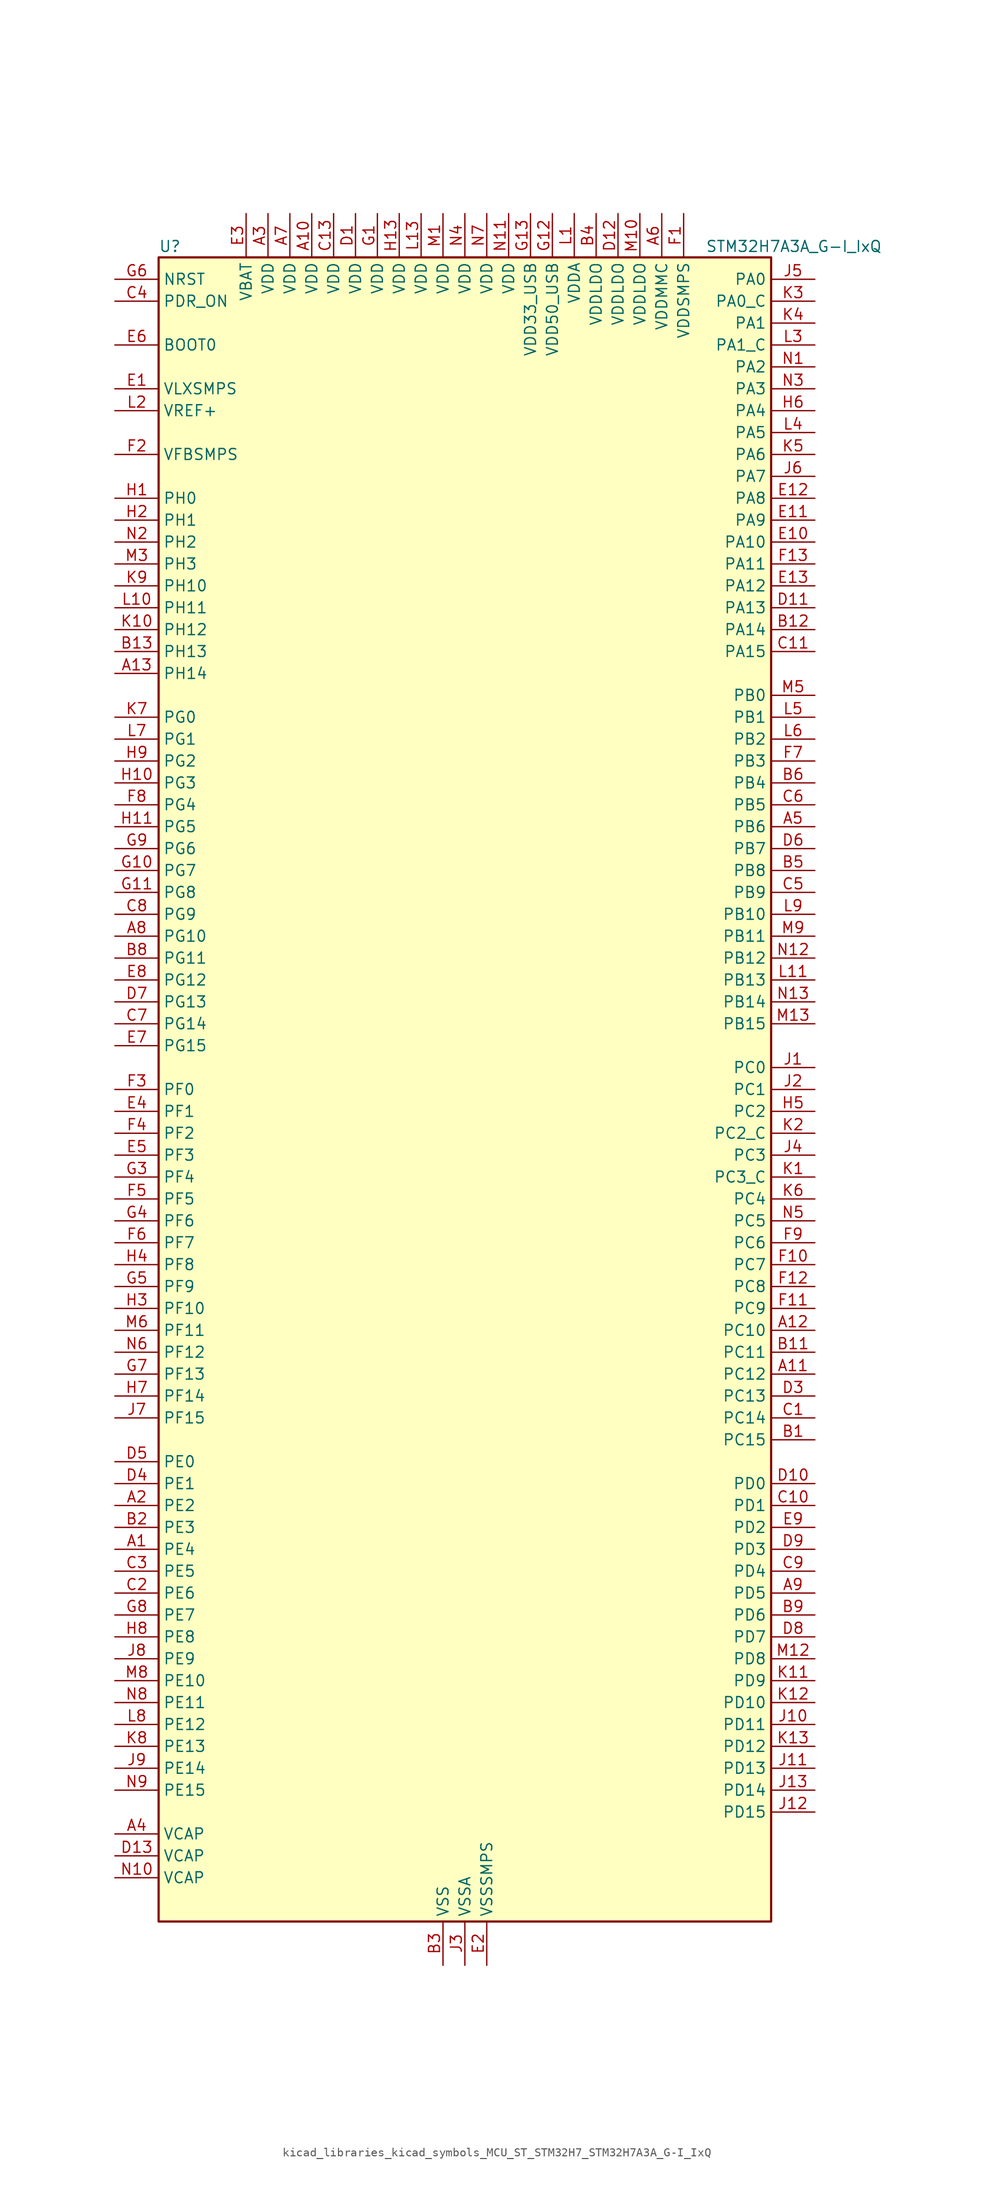
<source format=kicad_sym>
(kicad_symbol_lib
  (version 20220914)
  (generator kicad_symbol_editor)
  (symbol "kicad_libraries_kicad_symbols_MCU_ST_STM32H7_STM32H7A3A_G-I_IxQ"
    (property "Reference" "U"
      (at -35.56 97.79 0)
      (effects (font (size 1.27 1.27)) (justify left)))
    (property "Value" "STM32H7A3A_G-I_IxQ"
      (at 27.94 97.79 0)
      (effects (font (size 1.27 1.27)) (justify left)))
    (property "ki_locked" ""
      (at 0 0 0)
      (effects (font (size 1.27 1.27))))
    (symbol "kicad_libraries_kicad_symbols_MCU_ST_STM32H7_STM32H7A3A_G-I_IxQ_0_1"
      (rectangle (start -35.56 -96.52) (end 35.56 96.52) (stroke (width 0.254) (type default)) (fill (type background))))
    (symbol "kicad_libraries_kicad_symbols_MCU_ST_STM32H7_STM32H7A3A_G-I_IxQ_1_1"
      (pin bidirectional line (at -40.64 -53.34 0) (length 5.08) (name "PE4" (effects (font (size 1.27 1.27)))) (number "A1" (effects (font (size 1.27 1.27)))) (alternate "DCMI_D4" bidirectional line) (alternate "DEBUG_TRACED1" bidirectional line) (alternate "DFSDM1_DATIN3" bidirectional line) (alternate "FMC_A20" bidirectional line) (alternate "LTDC_B0" bidirectional line) (alternate "PSSI_D4" bidirectional line) (alternate "SAI1_D2" bidirectional line) (alternate "SAI1_FS_A" bidirectional line) (alternate "SPI4_NSS" bidirectional line) (alternate "TIM15_CH1N" bidirectional line))
      (pin power_in line (at -17.78 101.6 270) (length 5.08) (name "VDD" (effects (font (size 1.27 1.27)))) (number "A10" (effects (font (size 1.27 1.27)))))
      (pin bidirectional line (at 40.64 -33.02 180) (length 5.08) (name "PC12" (effects (font (size 1.27 1.27)))) (number "A11" (effects (font (size 1.27 1.27)))) (alternate "DCMI_D9" bidirectional line) (alternate "DEBUG_TRACED3" bidirectional line) (alternate "DFSDM2_CKOUT" bidirectional line) (alternate "I2S3_SDO" bidirectional line) (alternate "I2S6_CK" bidirectional line) (alternate "LTDC_R6" bidirectional line) (alternate "PSSI_D9" bidirectional line) (alternate "SDMMC1_CK" bidirectional line) (alternate "SPI3_MOSI" bidirectional line) (alternate "SPI6_SCK" bidirectional line) (alternate "TIM15_CH1" bidirectional line) (alternate "UART5_TX" bidirectional line) (alternate "USART3_CK" bidirectional line))
      (pin bidirectional line (at 40.64 -27.94 180) (length 5.08) (name "PC10" (effects (font (size 1.27 1.27)))) (number "A12" (effects (font (size 1.27 1.27)))) (alternate "DCMI_D8" bidirectional line) (alternate "DFSDM1_CKIN5" bidirectional line) (alternate "DFSDM2_CKIN0" bidirectional line) (alternate "I2S3_CK" bidirectional line) (alternate "LTDC_B1" bidirectional line) (alternate "LTDC_R2" bidirectional line) (alternate "OCTOSPIM_P1_IO1" bidirectional line) (alternate "PSSI_D8" bidirectional line) (alternate "SDMMC1_D2" bidirectional line) (alternate "SPI3_SCK" bidirectional line) (alternate "SWPMI1_RX" bidirectional line) (alternate "UART4_TX" bidirectional line) (alternate "USART3_TX" bidirectional line))
      (pin bidirectional line (at -40.64 48.26 0) (length 5.08) (name "PH14" (effects (font (size 1.27 1.27)))) (number "A13" (effects (font (size 1.27 1.27)))) (alternate "DCMI_D4" bidirectional line) (alternate "FDCAN1_RX" bidirectional line) (alternate "FMC_D22" bidirectional line) (alternate "LTDC_G3" bidirectional line) (alternate "PSSI_D4" bidirectional line) (alternate "TIM8_CH2N" bidirectional line) (alternate "UART4_RX" bidirectional line))
      (pin bidirectional line (at -40.64 -48.26 0) (length 5.08) (name "PE2" (effects (font (size 1.27 1.27)))) (number "A2" (effects (font (size 1.27 1.27)))) (alternate "DEBUG_TRACECLK" bidirectional line) (alternate "FMC_A23" bidirectional line) (alternate "OCTOSPIM_P1_IO2" bidirectional line) (alternate "SAI1_CK1" bidirectional line) (alternate "SAI1_MCLK_A" bidirectional line) (alternate "SPI4_SCK" bidirectional line) (alternate "USART10_RX" bidirectional line))
      (pin power_in line (at -22.86 101.6 270) (length 5.08) (name "VDD" (effects (font (size 1.27 1.27)))) (number "A3" (effects (font (size 1.27 1.27)))))
      (pin power_out line (at -40.64 -86.36 0) (length 5.08) (name "VCAP" (effects (font (size 1.27 1.27)))) (number "A4" (effects (font (size 1.27 1.27)))))
      (pin bidirectional line (at 40.64 30.48 180) (length 5.08) (name "PB6" (effects (font (size 1.27 1.27)))) (number "A5" (effects (font (size 1.27 1.27)))) (alternate "CEC" bidirectional line) (alternate "DCMI_D5" bidirectional line) (alternate "DFSDM1_DATIN5" bidirectional line) (alternate "FDCAN2_TX" bidirectional line) (alternate "FMC_SDNE1" bidirectional line) (alternate "I2C1_SCL" bidirectional line) (alternate "I2C4_SCL" bidirectional line) (alternate "LPUART1_TX" bidirectional line) (alternate "OCTOSPIM_P1_NCS" bidirectional line) (alternate "PSSI_D5" bidirectional line) (alternate "TIM16_CH1N" bidirectional line) (alternate "TIM4_CH1" bidirectional line) (alternate "UART5_TX" bidirectional line) (alternate "USART1_TX" bidirectional line))
      (pin power_in line (at 22.86 101.6 270) (length 5.08) (name "VDDMMC" (effects (font (size 1.27 1.27)))) (number "A6" (effects (font (size 1.27 1.27)))))
      (pin power_in line (at -20.32 101.6 270) (length 5.08) (name "VDD" (effects (font (size 1.27 1.27)))) (number "A7" (effects (font (size 1.27 1.27)))))
      (pin bidirectional line (at -40.64 17.78 0) (length 5.08) (name "PG10" (effects (font (size 1.27 1.27)))) (number "A8" (effects (font (size 1.27 1.27)))) (alternate "DCMI_D2" bidirectional line) (alternate "FMC_NE3" bidirectional line) (alternate "I2S1_WS" bidirectional line) (alternate "LTDC_B2" bidirectional line) (alternate "LTDC_G3" bidirectional line) (alternate "OCTOSPIM_P2_IO6" bidirectional line) (alternate "PSSI_D2" bidirectional line) (alternate "SAI2_SD_B" bidirectional line) (alternate "SDMMC2_D1" bidirectional line) (alternate "SPI1_NSS" bidirectional line))
      (pin bidirectional line (at 40.64 -58.42 180) (length 5.08) (name "PD5" (effects (font (size 1.27 1.27)))) (number "A9" (effects (font (size 1.27 1.27)))) (alternate "FMC_NWE" bidirectional line) (alternate "OCTOSPIM_P1_IO5" bidirectional line) (alternate "USART2_TX" bidirectional line))
      (pin bidirectional line (at 40.64 -40.64 180) (length 5.08) (name "PC15" (effects (font (size 1.27 1.27)))) (number "B1" (effects (font (size 1.27 1.27)))) (alternate "ADC1_EXTI15" bidirectional line) (alternate "ADC2_EXTI15" bidirectional line) (alternate "RCC_OSC32_OUT" bidirectional line))
      (pin passive line (at -2.54 -101.6 90) (length 5.08) hide (name "VSS" (effects (font (size 1.27 1.27)))) (number "B10" (effects (font (size 1.27 1.27)))))
      (pin bidirectional line (at 40.64 -30.48 180) (length 5.08) (name "PC11" (effects (font (size 1.27 1.27)))) (number "B11" (effects (font (size 1.27 1.27)))) (alternate "ADC1_EXTI11" bidirectional line) (alternate "ADC2_EXTI11" bidirectional line) (alternate "DCMI_D4" bidirectional line) (alternate "DFSDM1_DATIN5" bidirectional line) (alternate "DFSDM2_DATIN0" bidirectional line) (alternate "I2S3_SDI" bidirectional line) (alternate "LTDC_B4" bidirectional line) (alternate "OCTOSPIM_P1_NCS" bidirectional line) (alternate "PSSI_D4" bidirectional line) (alternate "SDMMC1_D3" bidirectional line) (alternate "SPI3_MISO" bidirectional line) (alternate "UART4_RX" bidirectional line) (alternate "USART3_RX" bidirectional line))
      (pin bidirectional line (at 40.64 53.34 180) (length 5.08) (name "PA14" (effects (font (size 1.27 1.27)))) (number "B12" (effects (font (size 1.27 1.27)))) (alternate "DEBUG_JTCK-SWCLK" bidirectional line))
      (pin bidirectional line (at -40.64 50.8 0) (length 5.08) (name "PH13" (effects (font (size 1.27 1.27)))) (number "B13" (effects (font (size 1.27 1.27)))) (alternate "FDCAN1_TX" bidirectional line) (alternate "FMC_D21" bidirectional line) (alternate "LTDC_G2" bidirectional line) (alternate "TIM8_CH1N" bidirectional line) (alternate "UART4_TX" bidirectional line))
      (pin bidirectional line (at -40.64 -50.8 0) (length 5.08) (name "PE3" (effects (font (size 1.27 1.27)))) (number "B2" (effects (font (size 1.27 1.27)))) (alternate "DEBUG_TRACED0" bidirectional line) (alternate "FMC_A19" bidirectional line) (alternate "SAI1_SD_B" bidirectional line) (alternate "TIM15_BKIN" bidirectional line) (alternate "USART10_TX" bidirectional line))
      (pin power_in line (at -2.54 -101.6 90) (length 5.08) (name "VSS" (effects (font (size 1.27 1.27)))) (number "B3" (effects (font (size 1.27 1.27)))))
      (pin power_in line (at 15.24 101.6 270) (length 5.08) (name "VDDLDO" (effects (font (size 1.27 1.27)))) (number "B4" (effects (font (size 1.27 1.27)))))
      (pin bidirectional line (at 40.64 25.4 180) (length 5.08) (name "PB8" (effects (font (size 1.27 1.27)))) (number "B5" (effects (font (size 1.27 1.27)))) (alternate "DCMI_D6" bidirectional line) (alternate "DFSDM1_CKIN7" bidirectional line) (alternate "FDCAN1_RX" bidirectional line) (alternate "I2C1_SCL" bidirectional line) (alternate "I2C4_SCL" bidirectional line) (alternate "LTDC_B6" bidirectional line) (alternate "PSSI_D6" bidirectional line) (alternate "SDMMC1_CKIN" bidirectional line) (alternate "SDMMC1_D4" bidirectional line) (alternate "SDMMC2_D4" bidirectional line) (alternate "TIM16_CH1" bidirectional line) (alternate "TIM4_CH3" bidirectional line) (alternate "UART4_RX" bidirectional line))
      (pin bidirectional line (at 40.64 35.56 180) (length 5.08) (name "PB4" (effects (font (size 1.27 1.27)))) (number "B6" (effects (font (size 1.27 1.27)))) (alternate "DEBUG_JTRST" bidirectional line) (alternate "I2S1_SDI" bidirectional line) (alternate "I2S2_WS" bidirectional line) (alternate "I2S3_SDI" bidirectional line) (alternate "I2S6_SDI" bidirectional line) (alternate "SDMMC2_D3" bidirectional line) (alternate "SPI1_MISO" bidirectional line) (alternate "SPI2_NSS" bidirectional line) (alternate "SPI3_MISO" bidirectional line) (alternate "SPI6_MISO" bidirectional line) (alternate "TIM16_BKIN" bidirectional line) (alternate "TIM3_CH1" bidirectional line) (alternate "UART7_TX" bidirectional line))
      (pin passive line (at -2.54 -101.6 90) (length 5.08) hide (name "VSS" (effects (font (size 1.27 1.27)))) (number "B7" (effects (font (size 1.27 1.27)))))
      (pin bidirectional line (at -40.64 15.24 0) (length 5.08) (name "PG11" (effects (font (size 1.27 1.27)))) (number "B8" (effects (font (size 1.27 1.27)))) (alternate "ADC1_EXTI11" bidirectional line) (alternate "ADC2_EXTI11" bidirectional line) (alternate "DCMI_D3" bidirectional line) (alternate "I2S1_CK" bidirectional line) (alternate "LPTIM1_IN2" bidirectional line) (alternate "LTDC_B3" bidirectional line) (alternate "OCTOSPIM_P2_IO7" bidirectional line) (alternate "PSSI_D3" bidirectional line) (alternate "SDMMC2_D2" bidirectional line) (alternate "SPDIFRX_IN0" bidirectional line) (alternate "SPI1_SCK" bidirectional line) (alternate "USART10_RX" bidirectional line))
      (pin bidirectional line (at 40.64 -60.96 180) (length 5.08) (name "PD6" (effects (font (size 1.27 1.27)))) (number "B9" (effects (font (size 1.27 1.27)))) (alternate "DCMI_D10" bidirectional line) (alternate "DFSDM1_CKIN4" bidirectional line) (alternate "DFSDM1_DATIN1" bidirectional line) (alternate "FMC_NWAIT" bidirectional line) (alternate "I2S3_SDO" bidirectional line) (alternate "LTDC_B2" bidirectional line) (alternate "OCTOSPIM_P1_IO6" bidirectional line) (alternate "PSSI_D10" bidirectional line) (alternate "SAI1_D1" bidirectional line) (alternate "SAI1_SD_A" bidirectional line) (alternate "SDMMC2_CK" bidirectional line) (alternate "SPI3_MOSI" bidirectional line) (alternate "USART2_RX" bidirectional line))
      (pin bidirectional line (at 40.64 -38.1 180) (length 5.08) (name "PC14" (effects (font (size 1.27 1.27)))) (number "C1" (effects (font (size 1.27 1.27)))) (alternate "RCC_OSC32_IN" bidirectional line))
      (pin bidirectional line (at 40.64 -48.26 180) (length 5.08) (name "PD1" (effects (font (size 1.27 1.27)))) (number "C10" (effects (font (size 1.27 1.27)))) (alternate "DFSDM1_DATIN6" bidirectional line) (alternate "FDCAN1_TX" bidirectional line) (alternate "FMC_D3" bidirectional line) (alternate "FMC_DA3" bidirectional line) (alternate "UART4_TX" bidirectional line))
      (pin bidirectional line (at 40.64 50.8 180) (length 5.08) (name "PA15" (effects (font (size 1.27 1.27)))) (number "C11" (effects (font (size 1.27 1.27)))) (alternate "ADC1_EXTI15" bidirectional line) (alternate "ADC2_EXTI15" bidirectional line) (alternate "CEC" bidirectional line) (alternate "DEBUG_JTDI" bidirectional line) (alternate "I2S1_WS" bidirectional line) (alternate "I2S3_WS" bidirectional line) (alternate "I2S6_WS" bidirectional line) (alternate "LTDC_B6" bidirectional line) (alternate "LTDC_R3" bidirectional line) (alternate "SPI1_NSS" bidirectional line) (alternate "SPI3_NSS" bidirectional line) (alternate "SPI6_NSS" bidirectional line) (alternate "TIM2_CH1" bidirectional line) (alternate "TIM2_ETR" bidirectional line) (alternate "UART4_DE" bidirectional line) (alternate "UART4_RTS" bidirectional line) (alternate "UART7_TX" bidirectional line))
      (pin passive line (at -2.54 -101.6 90) (length 5.08) hide (name "VSS" (effects (font (size 1.27 1.27)))) (number "C12" (effects (font (size 1.27 1.27)))))
      (pin power_in line (at -15.24 101.6 270) (length 5.08) (name "VDD" (effects (font (size 1.27 1.27)))) (number "C13" (effects (font (size 1.27 1.27)))))
      (pin bidirectional line (at -40.64 -58.42 0) (length 5.08) (name "PE6" (effects (font (size 1.27 1.27)))) (number "C2" (effects (font (size 1.27 1.27)))) (alternate "DCMI_D7" bidirectional line) (alternate "DEBUG_TRACED3" bidirectional line) (alternate "FMC_A22" bidirectional line) (alternate "LTDC_G1" bidirectional line) (alternate "PSSI_D7" bidirectional line) (alternate "SAI1_D1" bidirectional line) (alternate "SAI1_SD_A" bidirectional line) (alternate "SAI2_MCLK_B" bidirectional line) (alternate "SPI4_MOSI" bidirectional line) (alternate "TIM15_CH2" bidirectional line) (alternate "TIM1_BKIN2" bidirectional line) (alternate "TIM1_BKIN2_COMP1" bidirectional line) (alternate "TIM1_BKIN2_COMP2" bidirectional line))
      (pin bidirectional line (at -40.64 -55.88 0) (length 5.08) (name "PE5" (effects (font (size 1.27 1.27)))) (number "C3" (effects (font (size 1.27 1.27)))) (alternate "DCMI_D6" bidirectional line) (alternate "DEBUG_TRACED2" bidirectional line) (alternate "DFSDM1_CKIN3" bidirectional line) (alternate "FMC_A21" bidirectional line) (alternate "LTDC_G0" bidirectional line) (alternate "PSSI_D6" bidirectional line) (alternate "SAI1_CK2" bidirectional line) (alternate "SAI1_SCK_A" bidirectional line) (alternate "SPI4_MISO" bidirectional line) (alternate "TIM15_CH1" bidirectional line))
      (pin input line (at -40.64 91.44 0) (length 5.08) (name "PDR_ON" (effects (font (size 1.27 1.27)))) (number "C4" (effects (font (size 1.27 1.27)))))
      (pin bidirectional line (at 40.64 22.86 180) (length 5.08) (name "PB9" (effects (font (size 1.27 1.27)))) (number "C5" (effects (font (size 1.27 1.27)))) (alternate "DAC1_EXTI9" bidirectional line) (alternate "DCMI_D7" bidirectional line) (alternate "DFSDM1_DATIN7" bidirectional line) (alternate "FDCAN1_TX" bidirectional line) (alternate "I2C1_SDA" bidirectional line) (alternate "I2C4_SDA" bidirectional line) (alternate "I2C4_SMBA" bidirectional line) (alternate "I2S2_WS" bidirectional line) (alternate "LTDC_B7" bidirectional line) (alternate "PSSI_D7" bidirectional line) (alternate "SDMMC1_CDIR" bidirectional line) (alternate "SDMMC1_D5" bidirectional line) (alternate "SDMMC2_D5" bidirectional line) (alternate "SPI2_NSS" bidirectional line) (alternate "TIM17_CH1" bidirectional line) (alternate "TIM4_CH4" bidirectional line) (alternate "UART4_TX" bidirectional line))
      (pin bidirectional line (at 40.64 33.02 180) (length 5.08) (name "PB5" (effects (font (size 1.27 1.27)))) (number "C6" (effects (font (size 1.27 1.27)))) (alternate "DCMI_D10" bidirectional line) (alternate "FDCAN2_RX" bidirectional line) (alternate "FMC_SDCKE1" bidirectional line) (alternate "I2C1_SMBA" bidirectional line) (alternate "I2C4_SMBA" bidirectional line) (alternate "I2S1_SDO" bidirectional line) (alternate "I2S3_SDO" bidirectional line) (alternate "I2S6_SDO" bidirectional line) (alternate "LTDC_B5" bidirectional line) (alternate "PSSI_D10" bidirectional line) (alternate "SPI1_MOSI" bidirectional line) (alternate "SPI3_MOSI" bidirectional line) (alternate "SPI6_MOSI" bidirectional line) (alternate "TIM17_BKIN" bidirectional line) (alternate "TIM3_CH2" bidirectional line) (alternate "UART5_RX" bidirectional line) (alternate "USB_OTG_HS_ULPI_D7" bidirectional line))
      (pin bidirectional line (at -40.64 7.62 0) (length 5.08) (name "PG14" (effects (font (size 1.27 1.27)))) (number "C7" (effects (font (size 1.27 1.27)))) (alternate "DEBUG_TRACED1" bidirectional line) (alternate "FMC_A25" bidirectional line) (alternate "I2S6_SDO" bidirectional line) (alternate "LPTIM1_ETR" bidirectional line) (alternate "LTDC_B0" bidirectional line) (alternate "OCTOSPIM_P1_IO7" bidirectional line) (alternate "SDMMC2_D7" bidirectional line) (alternate "SPI6_MOSI" bidirectional line) (alternate "USART10_DE" bidirectional line) (alternate "USART10_RTS" bidirectional line) (alternate "USART6_TX" bidirectional line))
      (pin bidirectional line (at -40.64 20.32 0) (length 5.08) (name "PG9" (effects (font (size 1.27 1.27)))) (number "C8" (effects (font (size 1.27 1.27)))) (alternate "DAC1_EXTI9" bidirectional line) (alternate "DCMI_VSYNC" bidirectional line) (alternate "FMC_NCE" bidirectional line) (alternate "FMC_NE2" bidirectional line) (alternate "I2S1_SDI" bidirectional line) (alternate "OCTOSPIM_P1_IO6" bidirectional line) (alternate "PSSI_RDY" bidirectional line) (alternate "SAI2_FS_B" bidirectional line) (alternate "SDMMC2_D0" bidirectional line) (alternate "SPDIFRX_IN3" bidirectional line) (alternate "SPI1_MISO" bidirectional line) (alternate "USART6_RX" bidirectional line))
      (pin bidirectional line (at 40.64 -55.88 180) (length 5.08) (name "PD4" (effects (font (size 1.27 1.27)))) (number "C9" (effects (font (size 1.27 1.27)))) (alternate "FMC_NOE" bidirectional line) (alternate "OCTOSPIM_P1_IO4" bidirectional line) (alternate "USART2_DE" bidirectional line) (alternate "USART2_RTS" bidirectional line))
      (pin power_in line (at -12.7 101.6 270) (length 5.08) (name "VDD" (effects (font (size 1.27 1.27)))) (number "D1" (effects (font (size 1.27 1.27)))))
      (pin bidirectional line (at 40.64 -45.72 180) (length 5.08) (name "PD0" (effects (font (size 1.27 1.27)))) (number "D10" (effects (font (size 1.27 1.27)))) (alternate "DFSDM1_CKIN6" bidirectional line) (alternate "FDCAN1_RX" bidirectional line) (alternate "FMC_D2" bidirectional line) (alternate "FMC_DA2" bidirectional line) (alternate "LTDC_B1" bidirectional line) (alternate "UART4_RX" bidirectional line) (alternate "UART9_CTS" bidirectional line))
      (pin bidirectional line (at 40.64 55.88 180) (length 5.08) (name "PA13" (effects (font (size 1.27 1.27)))) (number "D11" (effects (font (size 1.27 1.27)))) (alternate "DEBUG_JTMS-SWDIO" bidirectional line))
      (pin power_in line (at 17.78 101.6 270) (length 5.08) (name "VDDLDO" (effects (font (size 1.27 1.27)))) (number "D12" (effects (font (size 1.27 1.27)))))
      (pin power_out line (at -40.64 -88.9 0) (length 5.08) (name "VCAP" (effects (font (size 1.27 1.27)))) (number "D13" (effects (font (size 1.27 1.27)))))
      (pin passive line (at -2.54 -101.6 90) (length 5.08) hide (name "VSS" (effects (font (size 1.27 1.27)))) (number "D2" (effects (font (size 1.27 1.27)))))
      (pin bidirectional line (at 40.64 -35.56 180) (length 5.08) (name "PC13" (effects (font (size 1.27 1.27)))) (number "D3" (effects (font (size 1.27 1.27)))) (alternate "PWR_WKUP4" bidirectional line) (alternate "RTC_OUT_ALARM" bidirectional line) (alternate "RTC_OUT_CALIB" bidirectional line) (alternate "RTC_TAMP1" bidirectional line) (alternate "RTC_TS" bidirectional line))
      (pin bidirectional line (at -40.64 -45.72 0) (length 5.08) (name "PE1" (effects (font (size 1.27 1.27)))) (number "D4" (effects (font (size 1.27 1.27)))) (alternate "DCMI_D3" bidirectional line) (alternate "FMC_NBL1" bidirectional line) (alternate "LPTIM1_IN2" bidirectional line) (alternate "LTDC_R6" bidirectional line) (alternate "PSSI_D3" bidirectional line) (alternate "UART8_TX" bidirectional line))
      (pin bidirectional line (at -40.64 -43.18 0) (length 5.08) (name "PE0" (effects (font (size 1.27 1.27)))) (number "D5" (effects (font (size 1.27 1.27)))) (alternate "DCMI_D2" bidirectional line) (alternate "FMC_NBL0" bidirectional line) (alternate "LPTIM1_ETR" bidirectional line) (alternate "LPTIM2_ETR" bidirectional line) (alternate "LTDC_R0" bidirectional line) (alternate "PSSI_D2" bidirectional line) (alternate "SAI2_MCLK_A" bidirectional line) (alternate "TIM4_ETR" bidirectional line) (alternate "UART8_RX" bidirectional line))
      (pin bidirectional line (at 40.64 27.94 180) (length 5.08) (name "PB7" (effects (font (size 1.27 1.27)))) (number "D6" (effects (font (size 1.27 1.27)))) (alternate "DCMI_VSYNC" bidirectional line) (alternate "DFSDM1_CKIN5" bidirectional line) (alternate "FMC_NL" bidirectional line) (alternate "I2C1_SDA" bidirectional line) (alternate "I2C4_SDA" bidirectional line) (alternate "LPUART1_RX" bidirectional line) (alternate "PSSI_RDY" bidirectional line) (alternate "PWR_PVD_IN" bidirectional line) (alternate "TIM17_CH1N" bidirectional line) (alternate "TIM4_CH2" bidirectional line) (alternate "USART1_RX" bidirectional line))
      (pin bidirectional line (at -40.64 10.16 0) (length 5.08) (name "PG13" (effects (font (size 1.27 1.27)))) (number "D7" (effects (font (size 1.27 1.27)))) (alternate "DEBUG_TRACED0" bidirectional line) (alternate "FMC_A24" bidirectional line) (alternate "I2S6_CK" bidirectional line) (alternate "LPTIM1_OUT" bidirectional line) (alternate "LTDC_R0" bidirectional line) (alternate "SDMMC2_D6" bidirectional line) (alternate "SPI6_SCK" bidirectional line) (alternate "USART10_CTS" bidirectional line) (alternate "USART10_NSS" bidirectional line) (alternate "USART6_CTS" bidirectional line) (alternate "USART6_NSS" bidirectional line))
      (pin bidirectional line (at 40.64 -63.5 180) (length 5.08) (name "PD7" (effects (font (size 1.27 1.27)))) (number "D8" (effects (font (size 1.27 1.27)))) (alternate "DFSDM1_CKIN1" bidirectional line) (alternate "DFSDM1_DATIN4" bidirectional line) (alternate "FMC_NE1" bidirectional line) (alternate "I2S1_SDO" bidirectional line) (alternate "OCTOSPIM_P1_IO7" bidirectional line) (alternate "SDMMC2_CMD" bidirectional line) (alternate "SPDIFRX_IN0" bidirectional line) (alternate "SPI1_MOSI" bidirectional line) (alternate "USART2_CK" bidirectional line))
      (pin bidirectional line (at 40.64 -53.34 180) (length 5.08) (name "PD3" (effects (font (size 1.27 1.27)))) (number "D9" (effects (font (size 1.27 1.27)))) (alternate "DCMI_D5" bidirectional line) (alternate "DFSDM1_CKOUT" bidirectional line) (alternate "FMC_CLK" bidirectional line) (alternate "I2S2_CK" bidirectional line) (alternate "LTDC_G7" bidirectional line) (alternate "PSSI_D5" bidirectional line) (alternate "SPI2_SCK" bidirectional line) (alternate "USART2_CTS" bidirectional line) (alternate "USART2_NSS" bidirectional line))
      (pin power_in line (at -40.64 81.28 0) (length 5.08) (name "VLXSMPS" (effects (font (size 1.27 1.27)))) (number "E1" (effects (font (size 1.27 1.27)))))
      (pin bidirectional line (at 40.64 63.5 180) (length 5.08) (name "PA10" (effects (font (size 1.27 1.27)))) (number "E10" (effects (font (size 1.27 1.27)))) (alternate "DCMI_D1" bidirectional line) (alternate "LPUART1_RX" bidirectional line) (alternate "LTDC_B1" bidirectional line) (alternate "LTDC_B4" bidirectional line) (alternate "MDIOS_MDIO" bidirectional line) (alternate "PSSI_D1" bidirectional line) (alternate "TIM1_CH3" bidirectional line) (alternate "USART1_RX" bidirectional line) (alternate "USB_OTG_HS_ID" bidirectional line))
      (pin bidirectional line (at 40.64 66.04 180) (length 5.08) (name "PA9" (effects (font (size 1.27 1.27)))) (number "E11" (effects (font (size 1.27 1.27)))) (alternate "DAC1_EXTI9" bidirectional line) (alternate "DCMI_D0" bidirectional line) (alternate "I2C3_SMBA" bidirectional line) (alternate "I2S2_CK" bidirectional line) (alternate "LPUART1_TX" bidirectional line) (alternate "LTDC_R5" bidirectional line) (alternate "PSSI_D0" bidirectional line) (alternate "SPI2_SCK" bidirectional line) (alternate "TIM1_CH2" bidirectional line) (alternate "USART1_TX" bidirectional line) (alternate "USB_OTG_HS_VBUS" bidirectional line))
      (pin bidirectional line (at 40.64 68.58 180) (length 5.08) (name "PA8" (effects (font (size 1.27 1.27)))) (number "E12" (effects (font (size 1.27 1.27)))) (alternate "I2C3_SCL" bidirectional line) (alternate "LTDC_B3" bidirectional line) (alternate "LTDC_R6" bidirectional line) (alternate "RCC_MCO_1" bidirectional line) (alternate "TIM1_CH1" bidirectional line) (alternate "TIM8_BKIN2" bidirectional line) (alternate "TIM8_BKIN2_COMP1" bidirectional line) (alternate "TIM8_BKIN2_COMP2" bidirectional line) (alternate "UART7_RX" bidirectional line) (alternate "USART1_CK" bidirectional line) (alternate "USB_OTG_HS_SOF" bidirectional line))
      (pin bidirectional line (at 40.64 58.42 180) (length 5.08) (name "PA12" (effects (font (size 1.27 1.27)))) (number "E13" (effects (font (size 1.27 1.27)))) (alternate "FDCAN1_TX" bidirectional line) (alternate "I2S2_CK" bidirectional line) (alternate "LPUART1_DE" bidirectional line) (alternate "LPUART1_RTS" bidirectional line) (alternate "LTDC_R5" bidirectional line) (alternate "SAI2_FS_B" bidirectional line) (alternate "SPI2_SCK" bidirectional line) (alternate "TIM1_ETR" bidirectional line) (alternate "UART4_TX" bidirectional line) (alternate "USART1_DE" bidirectional line) (alternate "USART1_RTS" bidirectional line) (alternate "USB_OTG_HS_DP" bidirectional line))
      (pin power_in line (at 2.54 -101.6 90) (length 5.08) (name "VSSSMPS" (effects (font (size 1.27 1.27)))) (number "E2" (effects (font (size 1.27 1.27)))))
      (pin power_in line (at -25.4 101.6 270) (length 5.08) (name "VBAT" (effects (font (size 1.27 1.27)))) (number "E3" (effects (font (size 1.27 1.27)))))
      (pin bidirectional line (at -40.64 -2.54 0) (length 5.08) (name "PF1" (effects (font (size 1.27 1.27)))) (number "E4" (effects (font (size 1.27 1.27)))) (alternate "FMC_A1" bidirectional line) (alternate "I2C2_SCL" bidirectional line) (alternate "OCTOSPIM_P2_IO1" bidirectional line))
      (pin bidirectional line (at -40.64 -7.62 0) (length 5.08) (name "PF3" (effects (font (size 1.27 1.27)))) (number "E5" (effects (font (size 1.27 1.27)))) (alternate "FMC_A3" bidirectional line) (alternate "OCTOSPIM_P2_IO3" bidirectional line))
      (pin input line (at -40.64 86.36 0) (length 5.08) (name "BOOT0" (effects (font (size 1.27 1.27)))) (number "E6" (effects (font (size 1.27 1.27)))))
      (pin bidirectional line (at -40.64 5.08 0) (length 5.08) (name "PG15" (effects (font (size 1.27 1.27)))) (number "E7" (effects (font (size 1.27 1.27)))) (alternate "ADC1_EXTI15" bidirectional line) (alternate "ADC2_EXTI15" bidirectional line) (alternate "DCMI_D13" bidirectional line) (alternate "FMC_SDNCAS" bidirectional line) (alternate "OCTOSPIM_P2_DQS" bidirectional line) (alternate "PSSI_D13" bidirectional line) (alternate "USART10_CK" bidirectional line) (alternate "USART6_CTS" bidirectional line) (alternate "USART6_NSS" bidirectional line))
      (pin bidirectional line (at -40.64 12.7 0) (length 5.08) (name "PG12" (effects (font (size 1.27 1.27)))) (number "E8" (effects (font (size 1.27 1.27)))) (alternate "FMC_NE4" bidirectional line) (alternate "I2S6_SDI" bidirectional line) (alternate "LPTIM1_IN1" bidirectional line) (alternate "LTDC_B1" bidirectional line) (alternate "LTDC_B4" bidirectional line) (alternate "OCTOSPIM_P2_NCS" bidirectional line) (alternate "SDMMC2_D3" bidirectional line) (alternate "SPDIFRX_IN1" bidirectional line) (alternate "SPI6_MISO" bidirectional line) (alternate "USART10_TX" bidirectional line) (alternate "USART6_DE" bidirectional line) (alternate "USART6_RTS" bidirectional line))
      (pin bidirectional line (at 40.64 -50.8 180) (length 5.08) (name "PD2" (effects (font (size 1.27 1.27)))) (number "E9" (effects (font (size 1.27 1.27)))) (alternate "DCMI_D11" bidirectional line) (alternate "DEBUG_TRACED2" bidirectional line) (alternate "LTDC_B2" bidirectional line) (alternate "LTDC_B7" bidirectional line) (alternate "PSSI_D11" bidirectional line) (alternate "SDMMC1_CMD" bidirectional line) (alternate "TIM15_BKIN" bidirectional line) (alternate "TIM3_ETR" bidirectional line) (alternate "UART5_RX" bidirectional line))
      (pin power_in line (at 25.4 101.6 270) (length 5.08) (name "VDDSMPS" (effects (font (size 1.27 1.27)))) (number "F1" (effects (font (size 1.27 1.27)))))
      (pin bidirectional line (at 40.64 -20.32 180) (length 5.08) (name "PC7" (effects (font (size 1.27 1.27)))) (number "F10" (effects (font (size 1.27 1.27)))) (alternate "DCMI_D1" bidirectional line) (alternate "DEBUG_TRGIO" bidirectional line) (alternate "DFSDM1_DATIN3" bidirectional line) (alternate "FMC_NE1" bidirectional line) (alternate "I2S3_MCK" bidirectional line) (alternate "LTDC_G6" bidirectional line) (alternate "PSSI_D1" bidirectional line) (alternate "SDMMC1_D123DIR" bidirectional line) (alternate "SDMMC1_D7" bidirectional line) (alternate "SDMMC2_D7" bidirectional line) (alternate "SWPMI1_TX" bidirectional line) (alternate "TIM3_CH2" bidirectional line) (alternate "TIM8_CH2" bidirectional line) (alternate "USART6_RX" bidirectional line))
      (pin bidirectional line (at 40.64 -25.4 180) (length 5.08) (name "PC9" (effects (font (size 1.27 1.27)))) (number "F11" (effects (font (size 1.27 1.27)))) (alternate "DAC1_EXTI9" bidirectional line) (alternate "DCMI_D3" bidirectional line) (alternate "I2C3_SDA" bidirectional line) (alternate "I2S_CKIN" bidirectional line) (alternate "LTDC_B2" bidirectional line) (alternate "LTDC_G3" bidirectional line) (alternate "OCTOSPIM_P1_IO0" bidirectional line) (alternate "PSSI_D3" bidirectional line) (alternate "RCC_MCO_2" bidirectional line) (alternate "SDMMC1_D1" bidirectional line) (alternate "SWPMI1_SUSPEND" bidirectional line) (alternate "TIM3_CH4" bidirectional line) (alternate "TIM8_CH4" bidirectional line) (alternate "UART5_CTS" bidirectional line))
      (pin bidirectional line (at 40.64 -22.86 180) (length 5.08) (name "PC8" (effects (font (size 1.27 1.27)))) (number "F12" (effects (font (size 1.27 1.27)))) (alternate "DCMI_D2" bidirectional line) (alternate "DEBUG_TRACED1" bidirectional line) (alternate "FMC_INT" bidirectional line) (alternate "FMC_NCE" bidirectional line) (alternate "FMC_NE2" bidirectional line) (alternate "PSSI_D2" bidirectional line) (alternate "SDMMC1_D0" bidirectional line) (alternate "SWPMI1_RX" bidirectional line) (alternate "TIM3_CH3" bidirectional line) (alternate "TIM8_CH3" bidirectional line) (alternate "UART5_DE" bidirectional line) (alternate "UART5_RTS" bidirectional line) (alternate "USART6_CK" bidirectional line))
      (pin bidirectional line (at 40.64 60.96 180) (length 5.08) (name "PA11" (effects (font (size 1.27 1.27)))) (number "F13" (effects (font (size 1.27 1.27)))) (alternate "ADC1_EXTI11" bidirectional line) (alternate "ADC2_EXTI11" bidirectional line) (alternate "FDCAN1_RX" bidirectional line) (alternate "I2S2_WS" bidirectional line) (alternate "LPUART1_CTS" bidirectional line) (alternate "LTDC_R4" bidirectional line) (alternate "SPI2_NSS" bidirectional line) (alternate "TIM1_CH4" bidirectional line) (alternate "UART4_RX" bidirectional line) (alternate "USART1_CTS" bidirectional line) (alternate "USART1_NSS" bidirectional line) (alternate "USB_OTG_HS_DM" bidirectional line))
      (pin input line (at -40.64 73.66 0) (length 5.08) (name "VFBSMPS" (effects (font (size 1.27 1.27)))) (number "F2" (effects (font (size 1.27 1.27)))))
      (pin bidirectional line (at -40.64 0 0) (length 5.08) (name "PF0" (effects (font (size 1.27 1.27)))) (number "F3" (effects (font (size 1.27 1.27)))) (alternate "FMC_A0" bidirectional line) (alternate "I2C2_SDA" bidirectional line) (alternate "OCTOSPIM_P2_IO0" bidirectional line))
      (pin bidirectional line (at -40.64 -5.08 0) (length 5.08) (name "PF2" (effects (font (size 1.27 1.27)))) (number "F4" (effects (font (size 1.27 1.27)))) (alternate "FMC_A2" bidirectional line) (alternate "I2C2_SMBA" bidirectional line) (alternate "OCTOSPIM_P2_IO2" bidirectional line))
      (pin bidirectional line (at -40.64 -12.7 0) (length 5.08) (name "PF5" (effects (font (size 1.27 1.27)))) (number "F5" (effects (font (size 1.27 1.27)))) (alternate "FMC_A5" bidirectional line) (alternate "OCTOSPIM_P2_NCLK" bidirectional line))
      (pin bidirectional line (at -40.64 -17.78 0) (length 5.08) (name "PF7" (effects (font (size 1.27 1.27)))) (number "F6" (effects (font (size 1.27 1.27)))) (alternate "OCTOSPIM_P1_IO2" bidirectional line) (alternate "SAI1_MCLK_B" bidirectional line) (alternate "SPI5_SCK" bidirectional line) (alternate "TIM17_CH1" bidirectional line) (alternate "UART7_TX" bidirectional line))
      (pin bidirectional line (at 40.64 38.1 180) (length 5.08) (name "PB3" (effects (font (size 1.27 1.27)))) (number "F7" (effects (font (size 1.27 1.27)))) (alternate "CRS_SYNC" bidirectional line) (alternate "DEBUG_JTDO-SWO" bidirectional line) (alternate "I2S1_CK" bidirectional line) (alternate "I2S3_CK" bidirectional line) (alternate "I2S6_CK" bidirectional line) (alternate "SDMMC2_D2" bidirectional line) (alternate "SPI1_SCK" bidirectional line) (alternate "SPI3_SCK" bidirectional line) (alternate "SPI6_SCK" bidirectional line) (alternate "TIM2_CH2" bidirectional line) (alternate "UART7_RX" bidirectional line))
      (pin bidirectional line (at -40.64 33.02 0) (length 5.08) (name "PG4" (effects (font (size 1.27 1.27)))) (number "F8" (effects (font (size 1.27 1.27)))) (alternate "FMC_A14" bidirectional line) (alternate "FMC_BA0" bidirectional line) (alternate "TIM1_BKIN2" bidirectional line) (alternate "TIM1_BKIN2_COMP1" bidirectional line) (alternate "TIM1_BKIN2_COMP2" bidirectional line))
      (pin bidirectional line (at 40.64 -17.78 180) (length 5.08) (name "PC6" (effects (font (size 1.27 1.27)))) (number "F9" (effects (font (size 1.27 1.27)))) (alternate "DCMI_D0" bidirectional line) (alternate "DFSDM1_CKIN3" bidirectional line) (alternate "FMC_NWAIT" bidirectional line) (alternate "I2S2_MCK" bidirectional line) (alternate "LTDC_HSYNC" bidirectional line) (alternate "PSSI_D0" bidirectional line) (alternate "SDMMC1_D0DIR" bidirectional line) (alternate "SDMMC1_D6" bidirectional line) (alternate "SDMMC2_D6" bidirectional line) (alternate "SWPMI1_IO" bidirectional line) (alternate "TIM3_CH1" bidirectional line) (alternate "TIM8_CH1" bidirectional line) (alternate "USART6_TX" bidirectional line))
      (pin power_in line (at -10.16 101.6 270) (length 5.08) (name "VDD" (effects (font (size 1.27 1.27)))) (number "G1" (effects (font (size 1.27 1.27)))))
      (pin bidirectional line (at -40.64 25.4 0) (length 5.08) (name "PG7" (effects (font (size 1.27 1.27)))) (number "G10" (effects (font (size 1.27 1.27)))) (alternate "DCMI_D13" bidirectional line) (alternate "FMC_INT" bidirectional line) (alternate "LTDC_CLK" bidirectional line) (alternate "OCTOSPIM_P2_DQS" bidirectional line) (alternate "PSSI_D13" bidirectional line) (alternate "SAI1_MCLK_A" bidirectional line) (alternate "USART6_CK" bidirectional line))
      (pin bidirectional line (at -40.64 22.86 0) (length 5.08) (name "PG8" (effects (font (size 1.27 1.27)))) (number "G11" (effects (font (size 1.27 1.27)))) (alternate "FMC_SDCLK" bidirectional line) (alternate "I2S6_WS" bidirectional line) (alternate "LTDC_G7" bidirectional line) (alternate "SPDIFRX_IN2" bidirectional line) (alternate "SPI6_NSS" bidirectional line) (alternate "TIM8_ETR" bidirectional line) (alternate "USART6_DE" bidirectional line) (alternate "USART6_RTS" bidirectional line))
      (pin power_in line (at 10.16 101.6 270) (length 5.08) (name "VDD50_USB" (effects (font (size 1.27 1.27)))) (number "G12" (effects (font (size 1.27 1.27)))))
      (pin power_in line (at 7.62 101.6 270) (length 5.08) (name "VDD33_USB" (effects (font (size 1.27 1.27)))) (number "G13" (effects (font (size 1.27 1.27)))))
      (pin passive line (at -2.54 -101.6 90) (length 5.08) hide (name "VSS" (effects (font (size 1.27 1.27)))) (number "G2" (effects (font (size 1.27 1.27)))))
      (pin bidirectional line (at -40.64 -10.16 0) (length 5.08) (name "PF4" (effects (font (size 1.27 1.27)))) (number "G3" (effects (font (size 1.27 1.27)))) (alternate "FMC_A4" bidirectional line) (alternate "OCTOSPIM_P2_CLK" bidirectional line))
      (pin bidirectional line (at -40.64 -15.24 0) (length 5.08) (name "PF6" (effects (font (size 1.27 1.27)))) (number "G4" (effects (font (size 1.27 1.27)))) (alternate "OCTOSPIM_P1_IO3" bidirectional line) (alternate "SAI1_SD_B" bidirectional line) (alternate "SPI5_NSS" bidirectional line) (alternate "TIM16_CH1" bidirectional line) (alternate "UART7_RX" bidirectional line))
      (pin bidirectional line (at -40.64 -22.86 0) (length 5.08) (name "PF9" (effects (font (size 1.27 1.27)))) (number "G5" (effects (font (size 1.27 1.27)))) (alternate "DAC1_EXTI9" bidirectional line) (alternate "OCTOSPIM_P1_IO1" bidirectional line) (alternate "SAI1_FS_B" bidirectional line) (alternate "SPI5_MOSI" bidirectional line) (alternate "TIM14_CH1" bidirectional line) (alternate "TIM17_CH1N" bidirectional line) (alternate "UART7_CTS" bidirectional line))
      (pin input line (at -40.64 93.98 0) (length 5.08) (name "NRST" (effects (font (size 1.27 1.27)))) (number "G6" (effects (font (size 1.27 1.27)))))
      (pin bidirectional line (at -40.64 -33.02 0) (length 5.08) (name "PF13" (effects (font (size 1.27 1.27)))) (number "G7" (effects (font (size 1.27 1.27)))) (alternate "ADC2_INP2" bidirectional line) (alternate "DFSDM1_DATIN6" bidirectional line) (alternate "FMC_A7" bidirectional line) (alternate "I2C4_SMBA" bidirectional line))
      (pin bidirectional line (at -40.64 -60.96 0) (length 5.08) (name "PE7" (effects (font (size 1.27 1.27)))) (number "G8" (effects (font (size 1.27 1.27)))) (alternate "COMP2_INM" bidirectional line) (alternate "DFSDM1_DATIN2" bidirectional line) (alternate "FMC_D4" bidirectional line) (alternate "FMC_DA4" bidirectional line) (alternate "OCTOSPIM_P1_IO4" bidirectional line) (alternate "OPAMP2_VOUT" bidirectional line) (alternate "TIM1_ETR" bidirectional line) (alternate "UART7_RX" bidirectional line))
      (pin bidirectional line (at -40.64 27.94 0) (length 5.08) (name "PG6" (effects (font (size 1.27 1.27)))) (number "G9" (effects (font (size 1.27 1.27)))) (alternate "DCMI_D12" bidirectional line) (alternate "FMC_NE3" bidirectional line) (alternate "LTDC_R7" bidirectional line) (alternate "OCTOSPIM_P1_NCS" bidirectional line) (alternate "PSSI_D12" bidirectional line) (alternate "TIM17_BKIN" bidirectional line))
      (pin bidirectional line (at -40.64 68.58 0) (length 5.08) (name "PH0" (effects (font (size 1.27 1.27)))) (number "H1" (effects (font (size 1.27 1.27)))) (alternate "RCC_OSC_IN" bidirectional line))
      (pin bidirectional line (at -40.64 35.56 0) (length 5.08) (name "PG3" (effects (font (size 1.27 1.27)))) (number "H10" (effects (font (size 1.27 1.27)))) (alternate "FMC_A13" bidirectional line) (alternate "TIM8_BKIN2" bidirectional line) (alternate "TIM8_BKIN2_COMP1" bidirectional line) (alternate "TIM8_BKIN2_COMP2" bidirectional line))
      (pin bidirectional line (at -40.64 30.48 0) (length 5.08) (name "PG5" (effects (font (size 1.27 1.27)))) (number "H11" (effects (font (size 1.27 1.27)))) (alternate "FMC_A15" bidirectional line) (alternate "FMC_BA1" bidirectional line) (alternate "TIM1_ETR" bidirectional line))
      (pin passive line (at -2.54 -101.6 90) (length 5.08) hide (name "VSS" (effects (font (size 1.27 1.27)))) (number "H12" (effects (font (size 1.27 1.27)))))
      (pin power_in line (at -7.62 101.6 270) (length 5.08) (name "VDD" (effects (font (size 1.27 1.27)))) (number "H13" (effects (font (size 1.27 1.27)))))
      (pin bidirectional line (at -40.64 66.04 0) (length 5.08) (name "PH1" (effects (font (size 1.27 1.27)))) (number "H2" (effects (font (size 1.27 1.27)))) (alternate "RCC_OSC_OUT" bidirectional line))
      (pin bidirectional line (at -40.64 -25.4 0) (length 5.08) (name "PF10" (effects (font (size 1.27 1.27)))) (number "H3" (effects (font (size 1.27 1.27)))) (alternate "DCMI_D11" bidirectional line) (alternate "LTDC_DE" bidirectional line) (alternate "OCTOSPIM_P1_CLK" bidirectional line) (alternate "PSSI_D11" bidirectional line) (alternate "PSSI_D15" bidirectional line) (alternate "SAI1_D3" bidirectional line) (alternate "TIM16_BKIN" bidirectional line))
      (pin bidirectional line (at -40.64 -20.32 0) (length 5.08) (name "PF8" (effects (font (size 1.27 1.27)))) (number "H4" (effects (font (size 1.27 1.27)))) (alternate "OCTOSPIM_P1_IO0" bidirectional line) (alternate "SAI1_SCK_B" bidirectional line) (alternate "SPI5_MISO" bidirectional line) (alternate "TIM13_CH1" bidirectional line) (alternate "TIM16_CH1N" bidirectional line) (alternate "UART7_DE" bidirectional line) (alternate "UART7_RTS" bidirectional line))
      (pin bidirectional line (at 40.64 -2.54 180) (length 5.08) (name "PC2" (effects (font (size 1.27 1.27)))) (number "H5" (effects (font (size 1.27 1.27)))) (alternate "ADC1_INN11" bidirectional line) (alternate "ADC1_INP12" bidirectional line) (alternate "ADC2_INN11" bidirectional line) (alternate "ADC2_INP12" bidirectional line) (alternate "DFSDM1_CKIN1" bidirectional line) (alternate "DFSDM1_CKOUT" bidirectional line) (alternate "FMC_SDNE0" bidirectional line) (alternate "I2S2_SDI" bidirectional line) (alternate "OCTOSPIM_P1_IO2" bidirectional line) (alternate "OCTOSPIM_P1_IO5" bidirectional line) (alternate "PWR_CSTOP" bidirectional line) (alternate "SPI2_MISO" bidirectional line) (alternate "USB_OTG_HS_ULPI_DIR" bidirectional line))
      (pin bidirectional line (at 40.64 78.74 180) (length 5.08) (name "PA4" (effects (font (size 1.27 1.27)))) (number "H6" (effects (font (size 1.27 1.27)))) (alternate "ADC1_INP18" bidirectional line) (alternate "DAC1_OUT1" bidirectional line) (alternate "DCMI_HSYNC" bidirectional line) (alternate "I2S1_WS" bidirectional line) (alternate "I2S3_WS" bidirectional line) (alternate "I2S6_WS" bidirectional line) (alternate "LTDC_VSYNC" bidirectional line) (alternate "PSSI_DE" bidirectional line) (alternate "SPI1_NSS" bidirectional line) (alternate "SPI3_NSS" bidirectional line) (alternate "SPI6_NSS" bidirectional line) (alternate "TIM5_ETR" bidirectional line) (alternate "USART2_CK" bidirectional line))
      (pin bidirectional line (at -40.64 -35.56 0) (length 5.08) (name "PF14" (effects (font (size 1.27 1.27)))) (number "H7" (effects (font (size 1.27 1.27)))) (alternate "ADC2_INN2" bidirectional line) (alternate "ADC2_INP6" bidirectional line) (alternate "DFSDM1_CKIN6" bidirectional line) (alternate "FMC_A8" bidirectional line) (alternate "I2C4_SCL" bidirectional line))
      (pin bidirectional line (at -40.64 -63.5 0) (length 5.08) (name "PE8" (effects (font (size 1.27 1.27)))) (number "H8" (effects (font (size 1.27 1.27)))) (alternate "COMP2_OUT" bidirectional line) (alternate "DFSDM1_CKIN2" bidirectional line) (alternate "FMC_D5" bidirectional line) (alternate "FMC_DA5" bidirectional line) (alternate "OCTOSPIM_P1_IO5" bidirectional line) (alternate "OPAMP2_VINM" bidirectional line) (alternate "TIM1_CH1N" bidirectional line) (alternate "UART7_TX" bidirectional line))
      (pin bidirectional line (at -40.64 38.1 0) (length 5.08) (name "PG2" (effects (font (size 1.27 1.27)))) (number "H9" (effects (font (size 1.27 1.27)))) (alternate "FMC_A12" bidirectional line) (alternate "TIM8_BKIN" bidirectional line) (alternate "TIM8_BKIN_COMP1" bidirectional line) (alternate "TIM8_BKIN_COMP2" bidirectional line))
      (pin bidirectional line (at 40.64 2.54 180) (length 5.08) (name "PC0" (effects (font (size 1.27 1.27)))) (number "J1" (effects (font (size 1.27 1.27)))) (alternate "ADC1_INP10" bidirectional line) (alternate "ADC2_INP10" bidirectional line) (alternate "DFSDM1_CKIN0" bidirectional line) (alternate "DFSDM1_DATIN4" bidirectional line) (alternate "FMC_A25" bidirectional line) (alternate "FMC_SDNWE" bidirectional line) (alternate "LTDC_G2" bidirectional line) (alternate "LTDC_R5" bidirectional line) (alternate "SAI2_FS_B" bidirectional line) (alternate "USB_OTG_HS_ULPI_STP" bidirectional line))
      (pin bidirectional line (at 40.64 -73.66 180) (length 5.08) (name "PD11" (effects (font (size 1.27 1.27)))) (number "J10" (effects (font (size 1.27 1.27)))) (alternate "ADC1_EXTI11" bidirectional line) (alternate "ADC2_EXTI11" bidirectional line) (alternate "FMC_A16" bidirectional line) (alternate "FMC_CLE" bidirectional line) (alternate "I2C4_SMBA" bidirectional line) (alternate "LPTIM2_IN2" bidirectional line) (alternate "OCTOSPIM_P1_IO0" bidirectional line) (alternate "SAI2_SD_A" bidirectional line) (alternate "USART3_CTS" bidirectional line) (alternate "USART3_NSS" bidirectional line))
      (pin bidirectional line (at 40.64 -78.74 180) (length 5.08) (name "PD13" (effects (font (size 1.27 1.27)))) (number "J11" (effects (font (size 1.27 1.27)))) (alternate "DCMI_D13" bidirectional line) (alternate "FMC_A18" bidirectional line) (alternate "I2C4_SDA" bidirectional line) (alternate "LPTIM1_OUT" bidirectional line) (alternate "OCTOSPIM_P1_IO3" bidirectional line) (alternate "PSSI_D13" bidirectional line) (alternate "SAI2_SCK_A" bidirectional line) (alternate "TIM4_CH2" bidirectional line) (alternate "UART9_DE" bidirectional line) (alternate "UART9_RTS" bidirectional line))
      (pin bidirectional line (at 40.64 -83.82 180) (length 5.08) (name "PD15" (effects (font (size 1.27 1.27)))) (number "J12" (effects (font (size 1.27 1.27)))) (alternate "ADC1_EXTI15" bidirectional line) (alternate "ADC2_EXTI15" bidirectional line) (alternate "FMC_D1" bidirectional line) (alternate "FMC_DA1" bidirectional line) (alternate "TIM4_CH4" bidirectional line) (alternate "UART8_DE" bidirectional line) (alternate "UART8_RTS" bidirectional line) (alternate "UART9_TX" bidirectional line))
      (pin bidirectional line (at 40.64 -81.28 180) (length 5.08) (name "PD14" (effects (font (size 1.27 1.27)))) (number "J13" (effects (font (size 1.27 1.27)))) (alternate "FMC_D0" bidirectional line) (alternate "FMC_DA0" bidirectional line) (alternate "TIM4_CH3" bidirectional line) (alternate "UART8_CTS" bidirectional line) (alternate "UART9_RX" bidirectional line))
      (pin bidirectional line (at 40.64 0 180) (length 5.08) (name "PC1" (effects (font (size 1.27 1.27)))) (number "J2" (effects (font (size 1.27 1.27)))) (alternate "ADC1_INN10" bidirectional line) (alternate "ADC1_INP11" bidirectional line) (alternate "ADC2_INN10" bidirectional line) (alternate "ADC2_INP11" bidirectional line) (alternate "DEBUG_TRACED0" bidirectional line) (alternate "DFSDM1_CKIN4" bidirectional line) (alternate "DFSDM1_DATIN0" bidirectional line) (alternate "I2S2_SDO" bidirectional line) (alternate "LTDC_G5" bidirectional line) (alternate "MDIOS_MDC" bidirectional line) (alternate "OCTOSPIM_P1_IO4" bidirectional line) (alternate "PWR_WKUP6" bidirectional line) (alternate "RTC_TAMP3" bidirectional line) (alternate "SAI1_D1" bidirectional line) (alternate "SAI1_SD_A" bidirectional line) (alternate "SDMMC2_CK" bidirectional line) (alternate "SPI2_MOSI" bidirectional line))
      (pin power_in line (at 0 -101.6 90) (length 5.08) (name "VSSA" (effects (font (size 1.27 1.27)))) (number "J3" (effects (font (size 1.27 1.27)))))
      (pin bidirectional line (at 40.64 -7.62 180) (length 5.08) (name "PC3" (effects (font (size 1.27 1.27)))) (number "J4" (effects (font (size 1.27 1.27)))) (alternate "ADC1_INN12" bidirectional line) (alternate "ADC1_INP13" bidirectional line) (alternate "ADC2_INN12" bidirectional line) (alternate "ADC2_INP13" bidirectional line) (alternate "DFSDM1_DATIN1" bidirectional line) (alternate "FMC_SDCKE0" bidirectional line) (alternate "I2S2_SDO" bidirectional line) (alternate "OCTOSPIM_P1_IO0" bidirectional line) (alternate "OCTOSPIM_P1_IO6" bidirectional line) (alternate "PWR_CSLEEP" bidirectional line) (alternate "SPI2_MOSI" bidirectional line) (alternate "USB_OTG_HS_ULPI_NXT" bidirectional line))
      (pin bidirectional line (at 40.64 93.98 180) (length 5.08) (name "PA0" (effects (font (size 1.27 1.27)))) (number "J5" (effects (font (size 1.27 1.27)))) (alternate "ADC1_INP16" bidirectional line) (alternate "I2S6_WS" bidirectional line) (alternate "PWR_WKUP1" bidirectional line) (alternate "SAI2_SD_B" bidirectional line) (alternate "SDMMC2_CMD" bidirectional line) (alternate "SPI6_NSS" bidirectional line) (alternate "TIM15_BKIN" bidirectional line) (alternate "TIM2_CH1" bidirectional line) (alternate "TIM2_ETR" bidirectional line) (alternate "TIM5_CH1" bidirectional line) (alternate "TIM8_ETR" bidirectional line) (alternate "UART4_TX" bidirectional line) (alternate "USART2_CTS" bidirectional line) (alternate "USART2_NSS" bidirectional line))
      (pin bidirectional line (at 40.64 71.12 180) (length 5.08) (name "PA7" (effects (font (size 1.27 1.27)))) (number "J6" (effects (font (size 1.27 1.27)))) (alternate "ADC1_INN3" bidirectional line) (alternate "ADC1_INP7" bidirectional line) (alternate "ADC2_INN3" bidirectional line) (alternate "ADC2_INP7" bidirectional line) (alternate "DFSDM2_DATIN1" bidirectional line) (alternate "FMC_SDNWE" bidirectional line) (alternate "I2S1_SDO" bidirectional line) (alternate "I2S6_SDO" bidirectional line) (alternate "LTDC_VSYNC" bidirectional line) (alternate "OCTOSPIM_P1_IO2" bidirectional line) (alternate "OPAMP1_VINM" bidirectional line) (alternate "SPI1_MOSI" bidirectional line) (alternate "SPI6_MOSI" bidirectional line) (alternate "TIM14_CH1" bidirectional line) (alternate "TIM1_CH1N" bidirectional line) (alternate "TIM3_CH2" bidirectional line) (alternate "TIM8_CH1N" bidirectional line))
      (pin bidirectional line (at -40.64 -38.1 0) (length 5.08) (name "PF15" (effects (font (size 1.27 1.27)))) (number "J7" (effects (font (size 1.27 1.27)))) (alternate "ADC1_EXTI15" bidirectional line) (alternate "ADC2_EXTI15" bidirectional line) (alternate "FMC_A9" bidirectional line) (alternate "I2C4_SDA" bidirectional line))
      (pin bidirectional line (at -40.64 -66.04 0) (length 5.08) (name "PE9" (effects (font (size 1.27 1.27)))) (number "J8" (effects (font (size 1.27 1.27)))) (alternate "COMP2_INP" bidirectional line) (alternate "DAC1_EXTI9" bidirectional line) (alternate "DFSDM1_CKOUT" bidirectional line) (alternate "FMC_D6" bidirectional line) (alternate "FMC_DA6" bidirectional line) (alternate "OCTOSPIM_P1_IO6" bidirectional line) (alternate "OPAMP2_VINP" bidirectional line) (alternate "TIM1_CH1" bidirectional line) (alternate "UART7_DE" bidirectional line) (alternate "UART7_RTS" bidirectional line))
      (pin bidirectional line (at -40.64 -78.74 0) (length 5.08) (name "PE14" (effects (font (size 1.27 1.27)))) (number "J9" (effects (font (size 1.27 1.27)))) (alternate "FMC_D11" bidirectional line) (alternate "FMC_DA11" bidirectional line) (alternate "LTDC_CLK" bidirectional line) (alternate "SAI2_MCLK_B" bidirectional line) (alternate "SPI4_MOSI" bidirectional line) (alternate "TIM1_CH4" bidirectional line))
      (pin bidirectional line (at 40.64 -10.16 180) (length 5.08) (name "PC3_C" (effects (font (size 1.27 1.27)))) (number "K1" (effects (font (size 1.27 1.27)))) (alternate "ADC2_INP1" bidirectional line) (alternate "DFSDM1_DATIN1" bidirectional line) (alternate "FMC_SDCKE0" bidirectional line) (alternate "I2S2_SDO" bidirectional line) (alternate "OCTOSPIM_P1_IO0" bidirectional line) (alternate "OCTOSPIM_P1_IO6" bidirectional line) (alternate "PWR_CSLEEP" bidirectional line) (alternate "SPI2_MOSI" bidirectional line) (alternate "USB_OTG_HS_ULPI_NXT" bidirectional line))
      (pin bidirectional line (at -40.64 53.34 0) (length 5.08) (name "PH12" (effects (font (size 1.27 1.27)))) (number "K10" (effects (font (size 1.27 1.27)))) (alternate "DCMI_D3" bidirectional line) (alternate "FMC_D20" bidirectional line) (alternate "I2C4_SDA" bidirectional line) (alternate "LTDC_R6" bidirectional line) (alternate "PSSI_D3" bidirectional line) (alternate "TIM5_CH3" bidirectional line))
      (pin bidirectional line (at 40.64 -68.58 180) (length 5.08) (name "PD9" (effects (font (size 1.27 1.27)))) (number "K11" (effects (font (size 1.27 1.27)))) (alternate "DAC1_EXTI9" bidirectional line) (alternate "DFSDM1_DATIN3" bidirectional line) (alternate "FMC_D14" bidirectional line) (alternate "FMC_DA14" bidirectional line) (alternate "USART3_RX" bidirectional line))
      (pin bidirectional line (at 40.64 -71.12 180) (length 5.08) (name "PD10" (effects (font (size 1.27 1.27)))) (number "K12" (effects (font (size 1.27 1.27)))) (alternate "DFSDM1_CKOUT" bidirectional line) (alternate "DFSDM2_CKOUT" bidirectional line) (alternate "FMC_D15" bidirectional line) (alternate "FMC_DA15" bidirectional line) (alternate "LTDC_B3" bidirectional line) (alternate "USART3_CK" bidirectional line))
      (pin bidirectional line (at 40.64 -76.2 180) (length 5.08) (name "PD12" (effects (font (size 1.27 1.27)))) (number "K13" (effects (font (size 1.27 1.27)))) (alternate "DCMI_D12" bidirectional line) (alternate "FMC_A17" bidirectional line) (alternate "FMC_ALE" bidirectional line) (alternate "I2C4_SCL" bidirectional line) (alternate "LPTIM1_IN1" bidirectional line) (alternate "LPTIM2_IN1" bidirectional line) (alternate "OCTOSPIM_P1_IO1" bidirectional line) (alternate "PSSI_D12" bidirectional line) (alternate "SAI2_FS_A" bidirectional line) (alternate "TIM4_CH1" bidirectional line) (alternate "USART3_DE" bidirectional line) (alternate "USART3_RTS" bidirectional line))
      (pin bidirectional line (at 40.64 -5.08 180) (length 5.08) (name "PC2_C" (effects (font (size 1.27 1.27)))) (number "K2" (effects (font (size 1.27 1.27)))) (alternate "ADC2_INN1" bidirectional line) (alternate "ADC2_INP0" bidirectional line) (alternate "DFSDM1_CKIN1" bidirectional line) (alternate "DFSDM1_CKOUT" bidirectional line) (alternate "FMC_SDNE0" bidirectional line) (alternate "I2S2_SDI" bidirectional line) (alternate "OCTOSPIM_P1_IO2" bidirectional line) (alternate "OCTOSPIM_P1_IO5" bidirectional line) (alternate "PWR_CSTOP" bidirectional line) (alternate "SPI2_MISO" bidirectional line) (alternate "USB_OTG_HS_ULPI_DIR" bidirectional line))
      (pin bidirectional line (at 40.64 91.44 180) (length 5.08) (name "PA0_C" (effects (font (size 1.27 1.27)))) (number "K3" (effects (font (size 1.27 1.27)))) (alternate "ADC1_INN1" bidirectional line) (alternate "ADC1_INP0" bidirectional line) (alternate "I2S6_WS" bidirectional line) (alternate "SAI2_SD_B" bidirectional line) (alternate "SDMMC2_CMD" bidirectional line) (alternate "SPI6_NSS" bidirectional line) (alternate "TIM15_BKIN" bidirectional line) (alternate "TIM2_CH1" bidirectional line) (alternate "TIM2_ETR" bidirectional line) (alternate "TIM5_CH1" bidirectional line) (alternate "TIM8_ETR" bidirectional line) (alternate "UART4_TX" bidirectional line) (alternate "USART2_CTS" bidirectional line) (alternate "USART2_NSS" bidirectional line))
      (pin bidirectional line (at 40.64 88.9 180) (length 5.08) (name "PA1" (effects (font (size 1.27 1.27)))) (number "K4" (effects (font (size 1.27 1.27)))) (alternate "ADC1_INN16" bidirectional line) (alternate "ADC1_INP17" bidirectional line) (alternate "LPTIM3_OUT" bidirectional line) (alternate "LTDC_R2" bidirectional line) (alternate "OCTOSPIM_P1_DQS" bidirectional line) (alternate "OCTOSPIM_P1_IO3" bidirectional line) (alternate "SAI2_MCLK_B" bidirectional line) (alternate "TIM15_CH1N" bidirectional line) (alternate "TIM2_CH2" bidirectional line) (alternate "TIM5_CH2" bidirectional line) (alternate "UART4_RX" bidirectional line) (alternate "USART2_DE" bidirectional line) (alternate "USART2_RTS" bidirectional line))
      (pin bidirectional line (at 40.64 73.66 180) (length 5.08) (name "PA6" (effects (font (size 1.27 1.27)))) (number "K5" (effects (font (size 1.27 1.27)))) (alternate "ADC1_INP3" bidirectional line) (alternate "ADC2_INP3" bidirectional line) (alternate "DAC2_OUT1" bidirectional line) (alternate "DCMI_PIXCLK" bidirectional line) (alternate "I2S1_SDI" bidirectional line) (alternate "I2S6_SDI" bidirectional line) (alternate "LTDC_G2" bidirectional line) (alternate "MDIOS_MDC" bidirectional line) (alternate "OCTOSPIM_P1_IO3" bidirectional line) (alternate "PSSI_PDCK" bidirectional line) (alternate "SPI1_MISO" bidirectional line) (alternate "SPI6_MISO" bidirectional line) (alternate "TIM13_CH1" bidirectional line) (alternate "TIM1_BKIN" bidirectional line) (alternate "TIM1_BKIN_COMP1" bidirectional line) (alternate "TIM1_BKIN_COMP2" bidirectional line) (alternate "TIM3_CH1" bidirectional line) (alternate "TIM8_BKIN" bidirectional line) (alternate "TIM8_BKIN_COMP1" bidirectional line) (alternate "TIM8_BKIN_COMP2" bidirectional line))
      (pin bidirectional line (at 40.64 -12.7 180) (length 5.08) (name "PC4" (effects (font (size 1.27 1.27)))) (number "K6" (effects (font (size 1.27 1.27)))) (alternate "ADC1_INP4" bidirectional line) (alternate "ADC2_INP4" bidirectional line) (alternate "COMP1_INM" bidirectional line) (alternate "DFSDM1_CKIN2" bidirectional line) (alternate "FMC_SDNE0" bidirectional line) (alternate "I2S1_MCK" bidirectional line) (alternate "LTDC_R7" bidirectional line) (alternate "OPAMP1_VOUT" bidirectional line) (alternate "SPDIFRX_IN2" bidirectional line))
      (pin bidirectional line (at -40.64 43.18 0) (length 5.08) (name "PG0" (effects (font (size 1.27 1.27)))) (number "K7" (effects (font (size 1.27 1.27)))) (alternate "FMC_A10" bidirectional line) (alternate "OCTOSPIM_P2_IO4" bidirectional line) (alternate "UART9_RX" bidirectional line))
      (pin bidirectional line (at -40.64 -76.2 0) (length 5.08) (name "PE13" (effects (font (size 1.27 1.27)))) (number "K8" (effects (font (size 1.27 1.27)))) (alternate "COMP2_OUT" bidirectional line) (alternate "DFSDM1_CKIN5" bidirectional line) (alternate "FMC_D10" bidirectional line) (alternate "FMC_DA10" bidirectional line) (alternate "LTDC_DE" bidirectional line) (alternate "SAI2_FS_B" bidirectional line) (alternate "SPI4_MISO" bidirectional line) (alternate "TIM1_CH3" bidirectional line))
      (pin bidirectional line (at -40.64 58.42 0) (length 5.08) (name "PH10" (effects (font (size 1.27 1.27)))) (number "K9" (effects (font (size 1.27 1.27)))) (alternate "DCMI_D1" bidirectional line) (alternate "FMC_D18" bidirectional line) (alternate "I2C4_SMBA" bidirectional line) (alternate "LTDC_R4" bidirectional line) (alternate "PSSI_D1" bidirectional line) (alternate "TIM5_CH1" bidirectional line))
      (pin power_in line (at 12.7 101.6 270) (length 5.08) (name "VDDA" (effects (font (size 1.27 1.27)))) (number "L1" (effects (font (size 1.27 1.27)))))
      (pin bidirectional line (at -40.64 55.88 0) (length 5.08) (name "PH11" (effects (font (size 1.27 1.27)))) (number "L10" (effects (font (size 1.27 1.27)))) (alternate "ADC1_EXTI11" bidirectional line) (alternate "ADC2_EXTI11" bidirectional line) (alternate "DCMI_D2" bidirectional line) (alternate "FMC_D19" bidirectional line) (alternate "I2C4_SCL" bidirectional line) (alternate "LTDC_R5" bidirectional line) (alternate "PSSI_D2" bidirectional line) (alternate "TIM5_CH2" bidirectional line))
      (pin bidirectional line (at 40.64 12.7 180) (length 5.08) (name "PB13" (effects (font (size 1.27 1.27)))) (number "L11" (effects (font (size 1.27 1.27)))) (alternate "DCMI_D2" bidirectional line) (alternate "DFSDM1_CKIN1" bidirectional line) (alternate "DFSDM2_CKIN1" bidirectional line) (alternate "FDCAN2_TX" bidirectional line) (alternate "I2S2_CK" bidirectional line) (alternate "LPTIM2_OUT" bidirectional line) (alternate "PSSI_D2" bidirectional line) (alternate "SDMMC1_D0" bidirectional line) (alternate "SPI2_SCK" bidirectional line) (alternate "TIM1_CH1N" bidirectional line) (alternate "UART5_TX" bidirectional line) (alternate "USART3_CTS" bidirectional line) (alternate "USART3_NSS" bidirectional line) (alternate "USB_OTG_HS_ULPI_D6" bidirectional line))
      (pin passive line (at -2.54 -101.6 90) (length 5.08) hide (name "VSS" (effects (font (size 1.27 1.27)))) (number "L12" (effects (font (size 1.27 1.27)))))
      (pin power_in line (at -5.08 101.6 270) (length 5.08) (name "VDD" (effects (font (size 1.27 1.27)))) (number "L13" (effects (font (size 1.27 1.27)))))
      (pin input line (at -40.64 78.74 0) (length 5.08) (name "VREF+" (effects (font (size 1.27 1.27)))) (number "L2" (effects (font (size 1.27 1.27)))) (alternate "VREFBUF_OUT" bidirectional line))
      (pin bidirectional line (at 40.64 86.36 180) (length 5.08) (name "PA1_C" (effects (font (size 1.27 1.27)))) (number "L3" (effects (font (size 1.27 1.27)))) (alternate "ADC1_INP1" bidirectional line) (alternate "LPTIM3_OUT" bidirectional line) (alternate "LTDC_R2" bidirectional line) (alternate "OCTOSPIM_P1_DQS" bidirectional line) (alternate "OCTOSPIM_P1_IO3" bidirectional line) (alternate "SAI2_MCLK_B" bidirectional line) (alternate "TIM15_CH1N" bidirectional line) (alternate "TIM2_CH2" bidirectional line) (alternate "TIM5_CH2" bidirectional line) (alternate "UART4_RX" bidirectional line) (alternate "USART2_DE" bidirectional line) (alternate "USART2_RTS" bidirectional line))
      (pin bidirectional line (at 40.64 76.2 180) (length 5.08) (name "PA5" (effects (font (size 1.27 1.27)))) (number "L4" (effects (font (size 1.27 1.27)))) (alternate "ADC1_INN18" bidirectional line) (alternate "ADC1_INP19" bidirectional line) (alternate "DAC1_OUT2" bidirectional line) (alternate "I2S1_CK" bidirectional line) (alternate "I2S6_CK" bidirectional line) (alternate "LTDC_R4" bidirectional line) (alternate "PSSI_D14" bidirectional line) (alternate "PWR_NDSTOP2" bidirectional line) (alternate "SPI1_SCK" bidirectional line) (alternate "SPI6_SCK" bidirectional line) (alternate "TIM2_CH1" bidirectional line) (alternate "TIM2_ETR" bidirectional line) (alternate "TIM8_CH1N" bidirectional line) (alternate "USB_OTG_HS_ULPI_CK" bidirectional line))
      (pin bidirectional line (at 40.64 43.18 180) (length 5.08) (name "PB1" (effects (font (size 1.27 1.27)))) (number "L5" (effects (font (size 1.27 1.27)))) (alternate "ADC1_INP5" bidirectional line) (alternate "ADC2_INP5" bidirectional line) (alternate "COMP1_INM" bidirectional line) (alternate "DFSDM1_DATIN1" bidirectional line) (alternate "LTDC_G0" bidirectional line) (alternate "LTDC_R6" bidirectional line) (alternate "OCTOSPIM_P1_IO0" bidirectional line) (alternate "TIM1_CH3N" bidirectional line) (alternate "TIM3_CH4" bidirectional line) (alternate "TIM8_CH3N" bidirectional line) (alternate "USB_OTG_HS_ULPI_D2" bidirectional line))
      (pin bidirectional line (at 40.64 40.64 180) (length 5.08) (name "PB2" (effects (font (size 1.27 1.27)))) (number "L6" (effects (font (size 1.27 1.27)))) (alternate "COMP1_INP" bidirectional line) (alternate "DFSDM1_CKIN1" bidirectional line) (alternate "I2S3_SDO" bidirectional line) (alternate "OCTOSPIM_P1_CLK" bidirectional line) (alternate "OCTOSPIM_P1_DQS" bidirectional line) (alternate "RTC_OUT_ALARM" bidirectional line) (alternate "RTC_OUT_CALIB" bidirectional line) (alternate "SAI1_D1" bidirectional line) (alternate "SAI1_SD_A" bidirectional line) (alternate "SPI3_MOSI" bidirectional line))
      (pin bidirectional line (at -40.64 40.64 0) (length 5.08) (name "PG1" (effects (font (size 1.27 1.27)))) (number "L7" (effects (font (size 1.27 1.27)))) (alternate "FMC_A11" bidirectional line) (alternate "OCTOSPIM_P2_IO5" bidirectional line) (alternate "OPAMP2_VINM" bidirectional line) (alternate "UART9_TX" bidirectional line))
      (pin bidirectional line (at -40.64 -73.66 0) (length 5.08) (name "PE12" (effects (font (size 1.27 1.27)))) (number "L8" (effects (font (size 1.27 1.27)))) (alternate "COMP1_OUT" bidirectional line) (alternate "DFSDM1_DATIN5" bidirectional line) (alternate "FMC_D9" bidirectional line) (alternate "FMC_DA9" bidirectional line) (alternate "LTDC_B4" bidirectional line) (alternate "SAI2_SCK_B" bidirectional line) (alternate "SPI4_SCK" bidirectional line) (alternate "TIM1_CH3N" bidirectional line))
      (pin bidirectional line (at 40.64 20.32 180) (length 5.08) (name "PB10" (effects (font (size 1.27 1.27)))) (number "L9" (effects (font (size 1.27 1.27)))) (alternate "DFSDM1_DATIN7" bidirectional line) (alternate "I2C2_SCL" bidirectional line) (alternate "I2S2_CK" bidirectional line) (alternate "LPTIM2_IN1" bidirectional line) (alternate "LTDC_G4" bidirectional line) (alternate "OCTOSPIM_P1_NCS" bidirectional line) (alternate "SPI2_SCK" bidirectional line) (alternate "TIM2_CH3" bidirectional line) (alternate "USART3_TX" bidirectional line) (alternate "USB_OTG_HS_ULPI_D3" bidirectional line))
      (pin power_in line (at -2.54 101.6 270) (length 5.08) (name "VDD" (effects (font (size 1.27 1.27)))) (number "M1" (effects (font (size 1.27 1.27)))))
      (pin power_in line (at 20.32 101.6 270) (length 5.08) (name "VDDLDO" (effects (font (size 1.27 1.27)))) (number "M10" (effects (font (size 1.27 1.27)))))
      (pin passive line (at -2.54 -101.6 90) (length 5.08) hide (name "VSS" (effects (font (size 1.27 1.27)))) (number "M11" (effects (font (size 1.27 1.27)))))
      (pin bidirectional line (at 40.64 -66.04 180) (length 5.08) (name "PD8" (effects (font (size 1.27 1.27)))) (number "M12" (effects (font (size 1.27 1.27)))) (alternate "DFSDM1_CKIN3" bidirectional line) (alternate "FMC_D13" bidirectional line) (alternate "FMC_DA13" bidirectional line) (alternate "SPDIFRX_IN1" bidirectional line) (alternate "USART3_TX" bidirectional line))
      (pin bidirectional line (at 40.64 7.62 180) (length 5.08) (name "PB15" (effects (font (size 1.27 1.27)))) (number "M13" (effects (font (size 1.27 1.27)))) (alternate "ADC1_EXTI15" bidirectional line) (alternate "ADC2_EXTI15" bidirectional line) (alternate "DFSDM1_CKIN2" bidirectional line) (alternate "I2S2_SDO" bidirectional line) (alternate "LTDC_G7" bidirectional line) (alternate "RTC_REFIN" bidirectional line) (alternate "SDMMC2_D1" bidirectional line) (alternate "SPI2_MOSI" bidirectional line) (alternate "TIM12_CH2" bidirectional line) (alternate "TIM1_CH3N" bidirectional line) (alternate "TIM8_CH3N" bidirectional line) (alternate "UART4_CTS" bidirectional line) (alternate "USART1_RX" bidirectional line))
      (pin passive line (at -2.54 -101.6 90) (length 5.08) hide (name "VSS" (effects (font (size 1.27 1.27)))) (number "M2" (effects (font (size 1.27 1.27)))))
      (pin bidirectional line (at -40.64 60.96 0) (length 5.08) (name "PH3" (effects (font (size 1.27 1.27)))) (number "M3" (effects (font (size 1.27 1.27)))) (alternate "FMC_SDNE0" bidirectional line) (alternate "LTDC_R1" bidirectional line) (alternate "OCTOSPIM_P1_IO5" bidirectional line) (alternate "SAI2_MCLK_B" bidirectional line))
      (pin passive line (at -2.54 -101.6 90) (length 5.08) hide (name "VSS" (effects (font (size 1.27 1.27)))) (number "M4" (effects (font (size 1.27 1.27)))))
      (pin bidirectional line (at 40.64 45.72 180) (length 5.08) (name "PB0" (effects (font (size 1.27 1.27)))) (number "M5" (effects (font (size 1.27 1.27)))) (alternate "ADC1_INN5" bidirectional line) (alternate "ADC1_INP9" bidirectional line) (alternate "ADC2_INN5" bidirectional line) (alternate "ADC2_INP9" bidirectional line) (alternate "COMP1_INP" bidirectional line) (alternate "DFSDM1_CKOUT" bidirectional line) (alternate "DFSDM2_CKOUT" bidirectional line) (alternate "LTDC_G1" bidirectional line) (alternate "LTDC_R3" bidirectional line) (alternate "OCTOSPIM_P1_IO1" bidirectional line) (alternate "OPAMP1_VINP" bidirectional line) (alternate "TIM1_CH2N" bidirectional line) (alternate "TIM3_CH3" bidirectional line) (alternate "TIM8_CH2N" bidirectional line) (alternate "UART4_CTS" bidirectional line) (alternate "USB_OTG_HS_ULPI_D1" bidirectional line))
      (pin bidirectional line (at -40.64 -27.94 0) (length 5.08) (name "PF11" (effects (font (size 1.27 1.27)))) (number "M6" (effects (font (size 1.27 1.27)))) (alternate "ADC1_EXTI11" bidirectional line) (alternate "ADC1_INP2" bidirectional line) (alternate "ADC2_EXTI11" bidirectional line) (alternate "DCMI_D12" bidirectional line) (alternate "FMC_SDNRAS" bidirectional line) (alternate "OCTOSPIM_P1_NCLK" bidirectional line) (alternate "PSSI_D12" bidirectional line) (alternate "SAI2_SD_B" bidirectional line) (alternate "SPI5_MOSI" bidirectional line))
      (pin passive line (at -2.54 -101.6 90) (length 5.08) hide (name "VSS" (effects (font (size 1.27 1.27)))) (number "M7" (effects (font (size 1.27 1.27)))))
      (pin bidirectional line (at -40.64 -68.58 0) (length 5.08) (name "PE10" (effects (font (size 1.27 1.27)))) (number "M8" (effects (font (size 1.27 1.27)))) (alternate "COMP2_INM" bidirectional line) (alternate "DFSDM1_DATIN4" bidirectional line) (alternate "FMC_D7" bidirectional line) (alternate "FMC_DA7" bidirectional line) (alternate "OCTOSPIM_P1_IO7" bidirectional line) (alternate "TIM1_CH2N" bidirectional line) (alternate "UART7_CTS" bidirectional line))
      (pin bidirectional line (at 40.64 17.78 180) (length 5.08) (name "PB11" (effects (font (size 1.27 1.27)))) (number "M9" (effects (font (size 1.27 1.27)))) (alternate "ADC1_EXTI11" bidirectional line) (alternate "ADC2_EXTI11" bidirectional line) (alternate "DFSDM1_CKIN7" bidirectional line) (alternate "I2C2_SDA" bidirectional line) (alternate "LPTIM2_ETR" bidirectional line) (alternate "LTDC_G5" bidirectional line) (alternate "TIM2_CH4" bidirectional line) (alternate "USART3_RX" bidirectional line) (alternate "USB_OTG_HS_ULPI_D4" bidirectional line))
      (pin bidirectional line (at 40.64 83.82 180) (length 5.08) (name "PA2" (effects (font (size 1.27 1.27)))) (number "N1" (effects (font (size 1.27 1.27)))) (alternate "ADC1_INP14" bidirectional line) (alternate "DFSDM2_CKIN1" bidirectional line) (alternate "LTDC_R1" bidirectional line) (alternate "MDIOS_MDIO" bidirectional line) (alternate "PWR_WKUP2" bidirectional line) (alternate "SAI2_SCK_B" bidirectional line) (alternate "TIM15_CH1" bidirectional line) (alternate "TIM2_CH3" bidirectional line) (alternate "TIM5_CH3" bidirectional line) (alternate "USART2_TX" bidirectional line))
      (pin power_out line (at -40.64 -91.44 0) (length 5.08) (name "VCAP" (effects (font (size 1.27 1.27)))) (number "N10" (effects (font (size 1.27 1.27)))))
      (pin power_in line (at 5.08 101.6 270) (length 5.08) (name "VDD" (effects (font (size 1.27 1.27)))) (number "N11" (effects (font (size 1.27 1.27)))))
      (pin bidirectional line (at 40.64 15.24 180) (length 5.08) (name "PB12" (effects (font (size 1.27 1.27)))) (number "N12" (effects (font (size 1.27 1.27)))) (alternate "DFSDM1_DATIN1" bidirectional line) (alternate "DFSDM2_DATIN1" bidirectional line) (alternate "FDCAN2_RX" bidirectional line) (alternate "I2C2_SMBA" bidirectional line) (alternate "I2S2_WS" bidirectional line) (alternate "OCTOSPIM_P1_NCLK" bidirectional line) (alternate "SPI2_NSS" bidirectional line) (alternate "TIM1_BKIN" bidirectional line) (alternate "TIM1_BKIN_COMP1" bidirectional line) (alternate "TIM1_BKIN_COMP2" bidirectional line) (alternate "UART5_RX" bidirectional line) (alternate "USART3_CK" bidirectional line) (alternate "USB_OTG_HS_ULPI_D5" bidirectional line))
      (pin bidirectional line (at 40.64 10.16 180) (length 5.08) (name "PB14" (effects (font (size 1.27 1.27)))) (number "N13" (effects (font (size 1.27 1.27)))) (alternate "DFSDM1_DATIN2" bidirectional line) (alternate "I2S2_SDI" bidirectional line) (alternate "LTDC_CLK" bidirectional line) (alternate "SDMMC2_D0" bidirectional line) (alternate "SPI2_MISO" bidirectional line) (alternate "TIM12_CH1" bidirectional line) (alternate "TIM1_CH2N" bidirectional line) (alternate "TIM8_CH2N" bidirectional line) (alternate "UART4_DE" bidirectional line) (alternate "UART4_RTS" bidirectional line) (alternate "USART1_TX" bidirectional line) (alternate "USART3_DE" bidirectional line) (alternate "USART3_RTS" bidirectional line))
      (pin bidirectional line (at -40.64 63.5 0) (length 5.08) (name "PH2" (effects (font (size 1.27 1.27)))) (number "N2" (effects (font (size 1.27 1.27)))) (alternate "FMC_SDCKE0" bidirectional line) (alternate "LPTIM1_IN2" bidirectional line) (alternate "LTDC_R0" bidirectional line) (alternate "OCTOSPIM_P1_IO4" bidirectional line) (alternate "SAI2_SCK_B" bidirectional line))
      (pin bidirectional line (at 40.64 81.28 180) (length 5.08) (name "PA3" (effects (font (size 1.27 1.27)))) (number "N3" (effects (font (size 1.27 1.27)))) (alternate "ADC1_INP15" bidirectional line) (alternate "I2S6_MCK" bidirectional line) (alternate "LTDC_B2" bidirectional line) (alternate "LTDC_B5" bidirectional line) (alternate "OCTOSPIM_P1_CLK" bidirectional line) (alternate "TIM15_CH2" bidirectional line) (alternate "TIM2_CH4" bidirectional line) (alternate "TIM5_CH4" bidirectional line) (alternate "USART2_RX" bidirectional line) (alternate "USB_OTG_HS_ULPI_D0" bidirectional line))
      (pin power_in line (at 0 101.6 270) (length 5.08) (name "VDD" (effects (font (size 1.27 1.27)))) (number "N4" (effects (font (size 1.27 1.27)))))
      (pin bidirectional line (at 40.64 -15.24 180) (length 5.08) (name "PC5" (effects (font (size 1.27 1.27)))) (number "N5" (effects (font (size 1.27 1.27)))) (alternate "ADC1_INN4" bidirectional line) (alternate "ADC1_INP8" bidirectional line) (alternate "ADC2_INN4" bidirectional line) (alternate "ADC2_INP8" bidirectional line) (alternate "COMP1_OUT" bidirectional line) (alternate "DFSDM1_DATIN2" bidirectional line) (alternate "FMC_SDCKE0" bidirectional line) (alternate "LTDC_DE" bidirectional line) (alternate "OCTOSPIM_P1_DQS" bidirectional line) (alternate "OPAMP1_VINM" bidirectional line) (alternate "PSSI_D15" bidirectional line) (alternate "SAI1_D3" bidirectional line) (alternate "SPDIFRX_IN3" bidirectional line))
      (pin bidirectional line (at -40.64 -30.48 0) (length 5.08) (name "PF12" (effects (font (size 1.27 1.27)))) (number "N6" (effects (font (size 1.27 1.27)))) (alternate "ADC1_INN2" bidirectional line) (alternate "ADC1_INP6" bidirectional line) (alternate "FMC_A6" bidirectional line) (alternate "OCTOSPIM_P2_DQS" bidirectional line))
      (pin power_in line (at 2.54 101.6 270) (length 5.08) (name "VDD" (effects (font (size 1.27 1.27)))) (number "N7" (effects (font (size 1.27 1.27)))))
      (pin bidirectional line (at -40.64 -71.12 0) (length 5.08) (name "PE11" (effects (font (size 1.27 1.27)))) (number "N8" (effects (font (size 1.27 1.27)))) (alternate "ADC1_EXTI11" bidirectional line) (alternate "ADC2_EXTI11" bidirectional line) (alternate "COMP2_INP" bidirectional line) (alternate "DFSDM1_CKIN4" bidirectional line) (alternate "FMC_D8" bidirectional line) (alternate "FMC_DA8" bidirectional line) (alternate "LTDC_G3" bidirectional line) (alternate "OCTOSPIM_P1_NCS" bidirectional line) (alternate "SAI2_SD_B" bidirectional line) (alternate "SPI4_NSS" bidirectional line) (alternate "TIM1_CH2" bidirectional line))
      (pin bidirectional line (at -40.64 -81.28 0) (length 5.08) (name "PE15" (effects (font (size 1.27 1.27)))) (number "N9" (effects (font (size 1.27 1.27)))) (alternate "ADC1_EXTI15" bidirectional line) (alternate "ADC2_EXTI15" bidirectional line) (alternate "FMC_D12" bidirectional line) (alternate "FMC_DA12" bidirectional line) (alternate "LTDC_R7" bidirectional line) (alternate "TIM1_BKIN" bidirectional line) (alternate "TIM1_BKIN_COMP1" bidirectional line) (alternate "TIM1_BKIN_COMP2" bidirectional line) (alternate "USART10_CK" bidirectional line)))))
</source>
